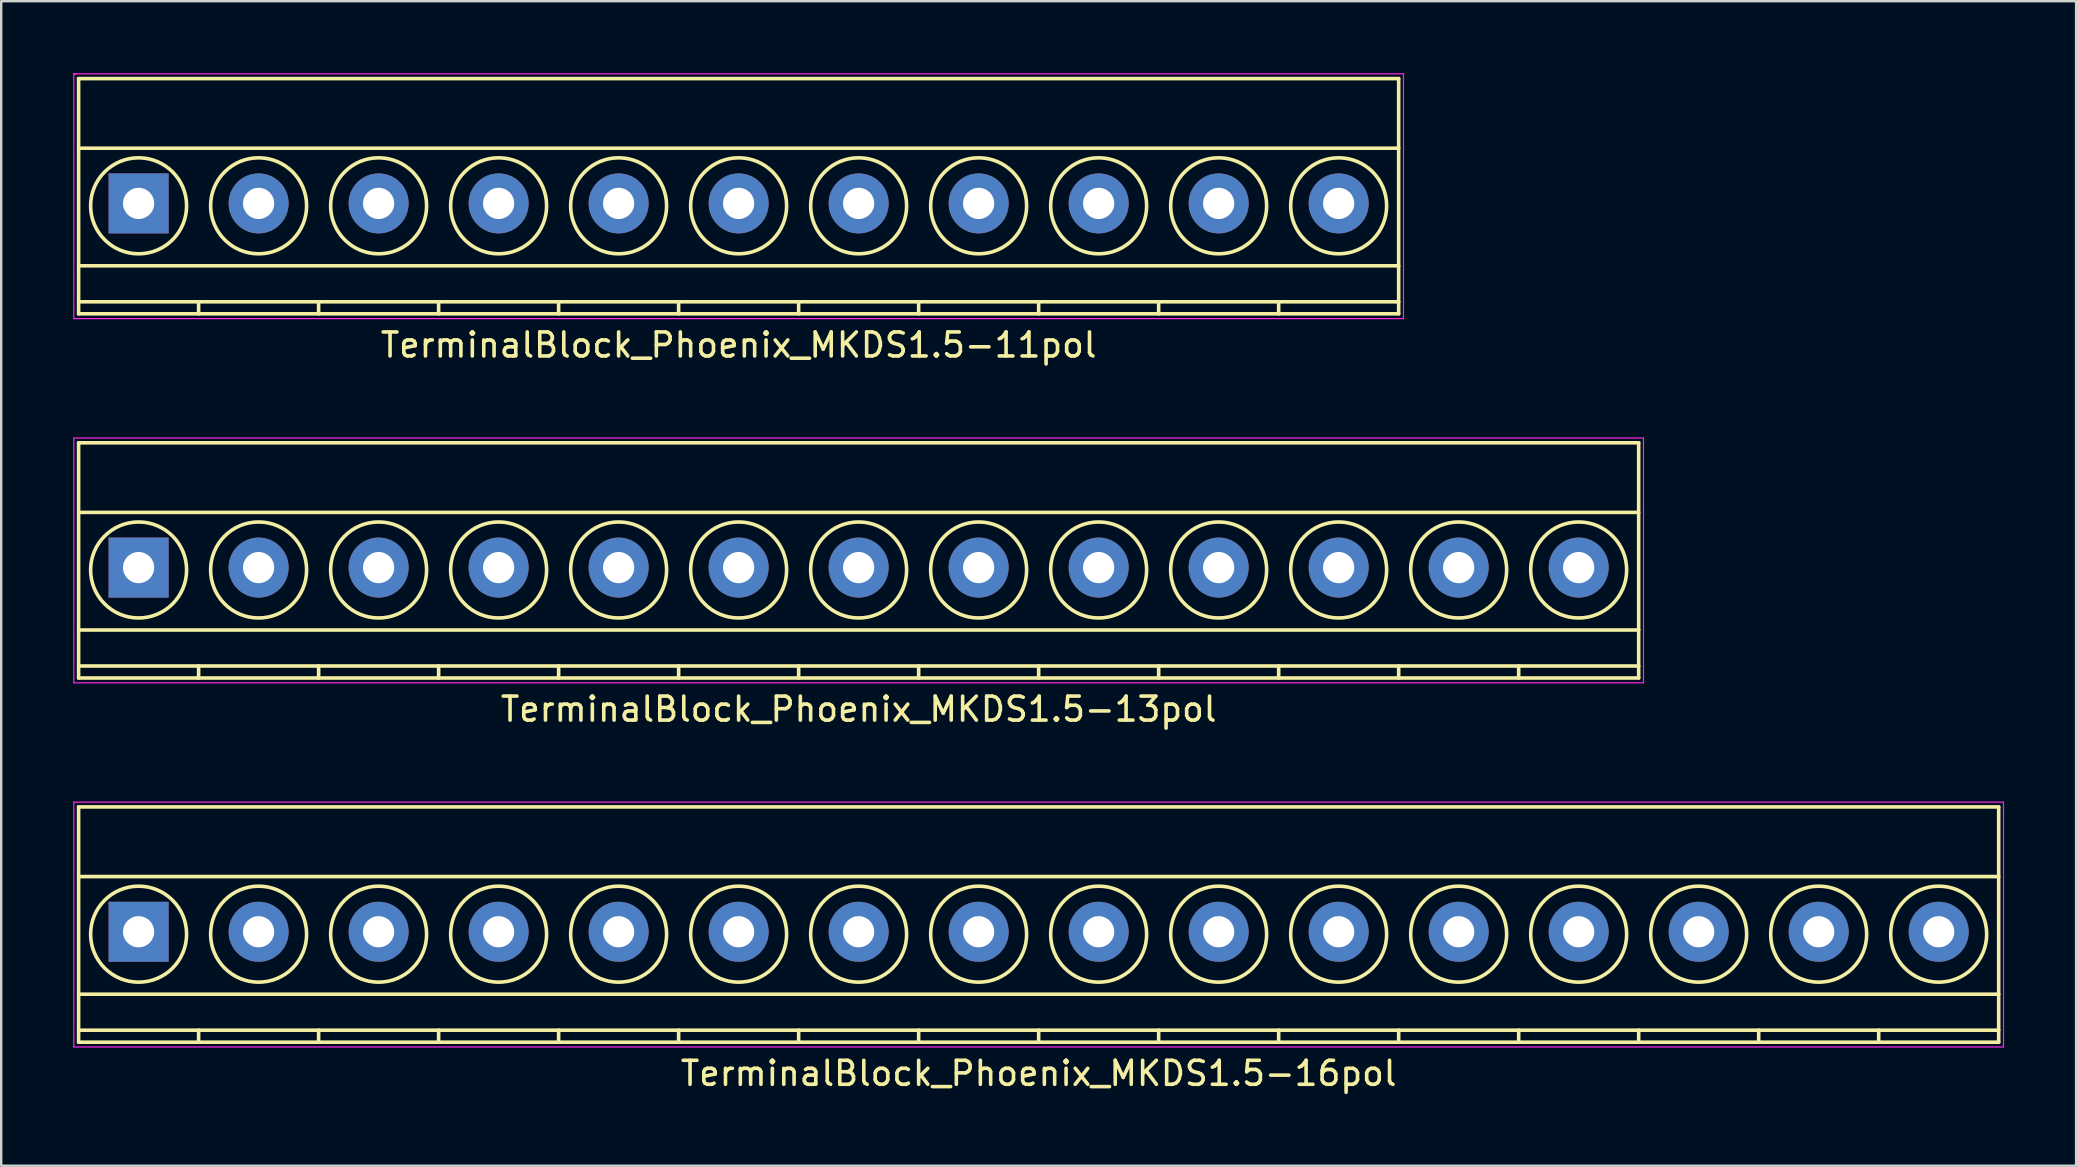
<source format=kicad_pcb>
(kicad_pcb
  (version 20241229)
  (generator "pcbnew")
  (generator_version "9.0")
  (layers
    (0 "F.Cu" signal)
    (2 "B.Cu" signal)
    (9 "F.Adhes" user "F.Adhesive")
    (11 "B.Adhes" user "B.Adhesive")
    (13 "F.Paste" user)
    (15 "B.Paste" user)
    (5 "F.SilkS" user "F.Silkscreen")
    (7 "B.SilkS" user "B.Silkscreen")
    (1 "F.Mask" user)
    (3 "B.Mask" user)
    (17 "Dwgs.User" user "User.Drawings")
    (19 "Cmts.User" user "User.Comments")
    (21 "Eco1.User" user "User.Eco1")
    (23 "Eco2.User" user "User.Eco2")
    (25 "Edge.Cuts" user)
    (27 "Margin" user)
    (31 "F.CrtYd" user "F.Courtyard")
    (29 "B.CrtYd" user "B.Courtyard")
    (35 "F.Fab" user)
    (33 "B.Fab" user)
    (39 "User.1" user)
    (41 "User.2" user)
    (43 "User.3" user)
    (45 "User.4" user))
  (footprint "TerminalBlock_Phoenix_MKDS1.5-13pol"
    (layer "F.Cu")
    (at 2.725 20.598)
    (property "Reference" "TerminalBlock_Phoenix_MKDS1.5-13pol" (at 30 5.9 0) (layer "F.SilkS") (effects (font (size 1 1) (thickness 0.15))))
    (attr through_hole)
    (fp_line (start -2.5 -5.2) (end -2.5 4.6) (stroke (width 0.15) (type solid)) (layer "F.SilkS"))
    (fp_line (start -2.5 -2.3) (end 62.5 -2.3) (stroke (width 0.15) (type solid)) (layer "F.SilkS"))
    (fp_line (start -2.5 2.6) (end 62.5 2.6) (stroke (width 0.15) (type solid)) (layer "F.SilkS"))
    (fp_line (start -2.5 4.1) (end 62.5 4.1) (stroke (width 0.15) (type solid)) (layer "F.SilkS"))
    (fp_line (start -2.5 4.6) (end 62.5 4.6) (stroke (width 0.15) (type solid)) (layer "F.SilkS"))
    (fp_line (start 2.5 4.1) (end 2.5 4.6) (stroke (width 0.15) (type solid)) (layer "F.SilkS"))
    (fp_line (start 7.5 4.1) (end 7.5 4.6) (stroke (width 0.15) (type solid)) (layer "F.SilkS"))
    (fp_line (start 12.5 4.1) (end 12.5 4.6) (stroke (width 0.15) (type solid)) (layer "F.SilkS"))
    (fp_line (start 17.5 4.1) (end 17.5 4.6) (stroke (width 0.15) (type solid)) (layer "F.SilkS"))
    (fp_line (start 22.5 4.1) (end 22.5 4.6) (stroke (width 0.15) (type solid)) (layer "F.SilkS"))
    (fp_line (start 27.5 4.1) (end 27.5 4.6) (stroke (width 0.15) (type solid)) (layer "F.SilkS"))
    (fp_line (start 32.5 4.1) (end 32.5 4.6) (stroke (width 0.15) (type solid)) (layer "F.SilkS"))
    (fp_line (start 37.5 4.1) (end 37.5 4.6) (stroke (width 0.15) (type solid)) (layer "F.SilkS"))
    (fp_line (start 42.5 4.1) (end 42.5 4.6) (stroke (width 0.15) (type solid)) (layer "F.SilkS"))
    (fp_line (start 47.5 4.1) (end 47.5 4.6) (stroke (width 0.15) (type solid)) (layer "F.SilkS"))
    (fp_line (start 52.5 4.1) (end 52.5 4.6) (stroke (width 0.15) (type solid)) (layer "F.SilkS"))
    (fp_line (start 57.5 4.1) (end 57.5 4.6) (stroke (width 0.15) (type solid)) (layer "F.SilkS"))
    (fp_line (start 62.5 -5.2) (end -2.5 -5.2) (stroke (width 0.15) (type solid)) (layer "F.SilkS"))
    (fp_line (start 62.5 4.6) (end 62.5 -5.2) (stroke (width 0.15) (type solid)) (layer "F.SilkS"))
    (fp_circle (center 0 0.1) (end 2 0.1) (stroke (width 0.15) (type solid)) (fill no) (layer "F.SilkS"))
    (fp_circle (center 5 0.1) (end 3 0.1) (stroke (width 0.15) (type solid)) (fill no) (layer "F.SilkS"))
    (fp_circle (center 10 0.1) (end 8 0.1) (stroke (width 0.15) (type solid)) (fill no) (layer "F.SilkS"))
    (fp_circle (center 15 0.1) (end 13 0.1) (stroke (width 0.15) (type solid)) (fill no) (layer "F.SilkS"))
    (fp_circle (center 20 0.1) (end 18 0.1) (stroke (width 0.15) (type solid)) (fill no) (layer "F.SilkS"))
    (fp_circle (center 25 0.1) (end 23 0.1) (stroke (width 0.15) (type solid)) (fill no) (layer "F.SilkS"))
    (fp_circle (center 30 0.1) (end 28 0.1) (stroke (width 0.15) (type solid)) (fill no) (layer "F.SilkS"))
    (fp_circle (center 35 0.1) (end 33 0.1) (stroke (width 0.15) (type solid)) (fill no) (layer "F.SilkS"))
    (fp_circle (center 40 0.1) (end 38 0.1) (stroke (width 0.15) (type solid)) (fill no) (layer "F.SilkS"))
    (fp_circle (center 45 0.1) (end 43 0.1) (stroke (width 0.15) (type solid)) (fill no) (layer "F.SilkS"))
    (fp_circle (center 50 0.1) (end 48 0.1) (stroke (width 0.15) (type solid)) (fill no) (layer "F.SilkS"))
    (fp_circle (center 55 0.1) (end 53 0.1) (stroke (width 0.15) (type solid)) (fill no) (layer "F.SilkS"))
    (fp_circle (center 60 0.1) (end 58 0.1) (stroke (width 0.15) (type solid)) (fill no) (layer "F.SilkS"))
    (fp_line (start -2.7 -5.4) (end 62.7 -5.4) (stroke (width 0.05) (type solid)) (layer "F.CrtYd"))
    (fp_line (start -2.7 4.8) (end -2.7 -5.4) (stroke (width 0.05) (type solid)) (layer "F.CrtYd"))
    (fp_line (start 62.7 -5.4) (end 62.7 4.8) (stroke (width 0.05) (type solid)) (layer "F.CrtYd"))
    (fp_line (start 62.7 4.8) (end -2.7 4.8) (stroke (width 0.05) (type solid)) (layer "F.CrtYd"))
    (pad "1" thru_hole rect (at 0 0) (size 2.5 2.5) (drill 1.3) (layers "*.Cu" "*.Mask"))
    (pad "2" thru_hole circle (at 5 0) (size 2.5 2.5) (drill 1.3) (layers "*.Cu" "*.Mask"))
    (pad "3" thru_hole circle (at 10 0) (size 2.5 2.5) (drill 1.3) (layers "*.Cu" "*.Mask"))
    (pad "4" thru_hole circle (at 15 0) (size 2.5 2.5) (drill 1.3) (layers "*.Cu" "*.Mask"))
    (pad "5" thru_hole circle (at 20 0) (size 2.5 2.5) (drill 1.3) (layers "*.Cu" "*.Mask"))
    (pad "6" thru_hole circle (at 25 0) (size 2.5 2.5) (drill 1.3) (layers "*.Cu" "*.Mask"))
    (pad "7" thru_hole circle (at 30 0) (size 2.5 2.5) (drill 1.3) (layers "*.Cu" "*.Mask"))
    (pad "8" thru_hole circle (at 35 0) (size 2.5 2.5) (drill 1.3) (layers "*.Cu" "*.Mask"))
    (pad "9" thru_hole circle (at 40 0) (size 2.5 2.5) (drill 1.3) (layers "*.Cu" "*.Mask"))
    (pad "10" thru_hole circle (at 45 0) (size 2.5 2.5) (drill 1.3) (layers "*.Cu" "*.Mask"))
    (pad "11" thru_hole circle (at 50 0) (size 2.5 2.5) (drill 1.3) (layers "*.Cu" "*.Mask"))
    (pad "12" thru_hole circle (at 55 0) (size 2.5 2.5) (drill 1.3) (layers "*.Cu" "*.Mask"))
    (pad "13" thru_hole circle (at 60 0) (size 2.5 2.5) (drill 1.3) (layers "*.Cu" "*.Mask")))
  (footprint "TerminalBlock_Phoenix_MKDS1.5-16pol"
    (layer "F.Cu")
    (at 2.725 35.772)
    (property "Reference" "TerminalBlock_Phoenix_MKDS1.5-16pol" (at 37.5 5.9 0) (layer "F.SilkS") (effects (font (size 1 1) (thickness 0.15))))
    (attr through_hole)
    (fp_line (start -2.5 -5.2) (end -2.5 4.6) (stroke (width 0.15) (type solid)) (layer "F.SilkS"))
    (fp_line (start -2.5 -2.3) (end 77.5 -2.3) (stroke (width 0.15) (type solid)) (layer "F.SilkS"))
    (fp_line (start -2.5 2.6) (end 77.5 2.6) (stroke (width 0.15) (type solid)) (layer "F.SilkS"))
    (fp_line (start -2.5 4.1) (end 77.5 4.1) (stroke (width 0.15) (type solid)) (layer "F.SilkS"))
    (fp_line (start -2.5 4.6) (end 77.5 4.6) (stroke (width 0.15) (type solid)) (layer "F.SilkS"))
    (fp_line (start 2.5 4.1) (end 2.5 4.6) (stroke (width 0.15) (type solid)) (layer "F.SilkS"))
    (fp_line (start 7.5 4.1) (end 7.5 4.6) (stroke (width 0.15) (type solid)) (layer "F.SilkS"))
    (fp_line (start 12.5 4.1) (end 12.5 4.6) (stroke (width 0.15) (type solid)) (layer "F.SilkS"))
    (fp_line (start 17.5 4.1) (end 17.5 4.6) (stroke (width 0.15) (type solid)) (layer "F.SilkS"))
    (fp_line (start 22.5 4.1) (end 22.5 4.6) (stroke (width 0.15) (type solid)) (layer "F.SilkS"))
    (fp_line (start 27.5 4.1) (end 27.5 4.6) (stroke (width 0.15) (type solid)) (layer "F.SilkS"))
    (fp_line (start 32.5 4.1) (end 32.5 4.6) (stroke (width 0.15) (type solid)) (layer "F.SilkS"))
    (fp_line (start 37.5 4.1) (end 37.5 4.6) (stroke (width 0.15) (type solid)) (layer "F.SilkS"))
    (fp_line (start 42.5 4.1) (end 42.5 4.6) (stroke (width 0.15) (type solid)) (layer "F.SilkS"))
    (fp_line (start 47.5 4.1) (end 47.5 4.6) (stroke (width 0.15) (type solid)) (layer "F.SilkS"))
    (fp_line (start 52.5 4.1) (end 52.5 4.6) (stroke (width 0.15) (type solid)) (layer "F.SilkS"))
    (fp_line (start 57.5 4.1) (end 57.5 4.6) (stroke (width 0.15) (type solid)) (layer "F.SilkS"))
    (fp_line (start 62.5 4.1) (end 62.5 4.6) (stroke (width 0.15) (type solid)) (layer "F.SilkS"))
    (fp_line (start 67.5 4.1) (end 67.5 4.6) (stroke (width 0.15) (type solid)) (layer "F.SilkS"))
    (fp_line (start 72.5 4.1) (end 72.5 4.6) (stroke (width 0.15) (type solid)) (layer "F.SilkS"))
    (fp_line (start 77.5 -5.2) (end -2.5 -5.2) (stroke (width 0.15) (type solid)) (layer "F.SilkS"))
    (fp_line (start 77.5 4.6) (end 77.5 -5.2) (stroke (width 0.15) (type solid)) (layer "F.SilkS"))
    (fp_circle (center 0 0.1) (end 2 0.1) (stroke (width 0.15) (type solid)) (fill no) (layer "F.SilkS"))
    (fp_circle (center 5 0.1) (end 3 0.1) (stroke (width 0.15) (type solid)) (fill no) (layer "F.SilkS"))
    (fp_circle (center 10 0.1) (end 8 0.1) (stroke (width 0.15) (type solid)) (fill no) (layer "F.SilkS"))
    (fp_circle (center 15 0.1) (end 13 0.1) (stroke (width 0.15) (type solid)) (fill no) (layer "F.SilkS"))
    (fp_circle (center 20 0.1) (end 18 0.1) (stroke (width 0.15) (type solid)) (fill no) (layer "F.SilkS"))
    (fp_circle (center 25 0.1) (end 23 0.1) (stroke (width 0.15) (type solid)) (fill no) (layer "F.SilkS"))
    (fp_circle (center 30 0.1) (end 28 0.1) (stroke (width 0.15) (type solid)) (fill no) (layer "F.SilkS"))
    (fp_circle (center 35 0.1) (end 33 0.1) (stroke (width 0.15) (type solid)) (fill no) (layer "F.SilkS"))
    (fp_circle (center 40 0.1) (end 38 0.1) (stroke (width 0.15) (type solid)) (fill no) (layer "F.SilkS"))
    (fp_circle (center 45 0.1) (end 43 0.1) (stroke (width 0.15) (type solid)) (fill no) (layer "F.SilkS"))
    (fp_circle (center 50 0.1) (end 48 0.1) (stroke (width 0.15) (type solid)) (fill no) (layer "F.SilkS"))
    (fp_circle (center 55 0.1) (end 53 0.1) (stroke (width 0.15) (type solid)) (fill no) (layer "F.SilkS"))
    (fp_circle (center 60 0.1) (end 58 0.1) (stroke (width 0.15) (type solid)) (fill no) (layer "F.SilkS"))
    (fp_circle (center 65 0.1) (end 63 0.1) (stroke (width 0.15) (type solid)) (fill no) (layer "F.SilkS"))
    (fp_circle (center 70 0.1) (end 68 0.1) (stroke (width 0.15) (type solid)) (fill no) (layer "F.SilkS"))
    (fp_circle (center 75 0.1) (end 73 0.1) (stroke (width 0.15) (type solid)) (fill no) (layer "F.SilkS"))
    (fp_line (start -2.7 -5.4) (end -2.7 4.8) (stroke (width 0.05) (type solid)) (layer "F.CrtYd"))
    (fp_line (start -2.7 4.8) (end 77.7 4.8) (stroke (width 0.05) (type solid)) (layer "F.CrtYd"))
    (fp_line (start 77.7 -5.4) (end -2.7 -5.4) (stroke (width 0.05) (type solid)) (layer "F.CrtYd"))
    (fp_line (start 77.7 4.8) (end 77.7 -5.4) (stroke (width 0.05) (type solid)) (layer "F.CrtYd"))
    (pad "1" thru_hole rect (at 0 0) (size 2.5 2.5) (drill 1.3) (layers "*.Cu" "*.Mask"))
    (pad "2" thru_hole circle (at 5 0) (size 2.5 2.5) (drill 1.3) (layers "*.Cu" "*.Mask"))
    (pad "3" thru_hole circle (at 10 0) (size 2.5 2.5) (drill 1.3) (layers "*.Cu" "*.Mask"))
    (pad "4" thru_hole circle (at 15 0) (size 2.5 2.5) (drill 1.3) (layers "*.Cu" "*.Mask"))
    (pad "5" thru_hole circle (at 20 0) (size 2.5 2.5) (drill 1.3) (layers "*.Cu" "*.Mask"))
    (pad "6" thru_hole circle (at 25 0) (size 2.5 2.5) (drill 1.3) (layers "*.Cu" "*.Mask"))
    (pad "7" thru_hole circle (at 30 0) (size 2.5 2.5) (drill 1.3) (layers "*.Cu" "*.Mask"))
    (pad "8" thru_hole circle (at 35 0) (size 2.5 2.5) (drill 1.3) (layers "*.Cu" "*.Mask"))
    (pad "9" thru_hole circle (at 40 0) (size 2.5 2.5) (drill 1.3) (layers "*.Cu" "*.Mask"))
    (pad "10" thru_hole circle (at 45 0) (size 2.5 2.5) (drill 1.3) (layers "*.Cu" "*.Mask"))
    (pad "11" thru_hole circle (at 50 0) (size 2.5 2.5) (drill 1.3) (layers "*.Cu" "*.Mask"))
    (pad "12" thru_hole circle (at 55 0) (size 2.5 2.5) (drill 1.3) (layers "*.Cu" "*.Mask"))
    (pad "13" thru_hole circle (at 60 0) (size 2.5 2.5) (drill 1.3) (layers "*.Cu" "*.Mask"))
    (pad "14" thru_hole circle (at 65 0) (size 2.5 2.5) (drill 1.3) (layers "*.Cu" "*.Mask"))
    (pad "15" thru_hole circle (at 70 0) (size 2.5 2.5) (drill 1.3) (layers "*.Cu" "*.Mask"))
    (pad "16" thru_hole circle (at 75 0) (size 2.5 2.5) (drill 1.3) (layers "*.Cu" "*.Mask")))
  (footprint "TerminalBlock_Phoenix_MKDS1.5-11pol"
    (layer "F.Cu")
    (at 2.725 5.425)
    (property "Reference" "TerminalBlock_Phoenix_MKDS1.5-11pol" (at 25 5.9 0) (layer "F.SilkS") (effects (font (size 1 1) (thickness 0.15))))
    (attr through_hole)
    (fp_line (start -2.5 -5.2) (end -2.5 4.6) (stroke (width 0.15) (type solid)) (layer "F.SilkS"))
    (fp_line (start -2.5 -2.3) (end 52.5 -2.3) (stroke (width 0.15) (type solid)) (layer "F.SilkS"))
    (fp_line (start -2.5 2.6) (end 52.5 2.6) (stroke (width 0.15) (type solid)) (layer "F.SilkS"))
    (fp_line (start -2.5 4.1) (end 52.5 4.1) (stroke (width 0.15) (type solid)) (layer "F.SilkS"))
    (fp_line (start -2.5 4.6) (end 52.5 4.6) (stroke (width 0.15) (type solid)) (layer "F.SilkS"))
    (fp_line (start 2.5 4.1) (end 2.5 4.6) (stroke (width 0.15) (type solid)) (layer "F.SilkS"))
    (fp_line (start 7.5 4.1) (end 7.5 4.6) (stroke (width 0.15) (type solid)) (layer "F.SilkS"))
    (fp_line (start 12.5 4.1) (end 12.5 4.6) (stroke (width 0.15) (type solid)) (layer "F.SilkS"))
    (fp_line (start 17.5 4.1) (end 17.5 4.6) (stroke (width 0.15) (type solid)) (layer "F.SilkS"))
    (fp_line (start 22.5 4.1) (end 22.5 4.6) (stroke (width 0.15) (type solid)) (layer "F.SilkS"))
    (fp_line (start 27.5 4.1) (end 27.5 4.6) (stroke (width 0.15) (type solid)) (layer "F.SilkS"))
    (fp_line (start 32.5 4.1) (end 32.5 4.6) (stroke (width 0.15) (type solid)) (layer "F.SilkS"))
    (fp_line (start 37.5 4.1) (end 37.5 4.6) (stroke (width 0.15) (type solid)) (layer "F.SilkS"))
    (fp_line (start 42.5 4.1) (end 42.5 4.6) (stroke (width 0.15) (type solid)) (layer "F.SilkS"))
    (fp_line (start 47.5 4.1) (end 47.5 4.6) (stroke (width 0.15) (type solid)) (layer "F.SilkS"))
    (fp_line (start 52.5 -5.2) (end -2.5 -5.2) (stroke (width 0.15) (type solid)) (layer "F.SilkS"))
    (fp_line (start 52.5 4.6) (end 52.5 -5.2) (stroke (width 0.15) (type solid)) (layer "F.SilkS"))
    (fp_circle (center 0 0.1) (end 2 0.1) (stroke (width 0.15) (type solid)) (fill no) (layer "F.SilkS"))
    (fp_circle (center 5 0.1) (end 3 0.1) (stroke (width 0.15) (type solid)) (fill no) (layer "F.SilkS"))
    (fp_circle (center 10 0.1) (end 8 0.1) (stroke (width 0.15) (type solid)) (fill no) (layer "F.SilkS"))
    (fp_circle (center 15 0.1) (end 13 0.1) (stroke (width 0.15) (type solid)) (fill no) (layer "F.SilkS"))
    (fp_circle (center 20 0.1) (end 18 0.1) (stroke (width 0.15) (type solid)) (fill no) (layer "F.SilkS"))
    (fp_circle (center 25 0.1) (end 23 0.1) (stroke (width 0.15) (type solid)) (fill no) (layer "F.SilkS"))
    (fp_circle (center 30 0.1) (end 28 0.1) (stroke (width 0.15) (type solid)) (fill no) (layer "F.SilkS"))
    (fp_circle (center 35 0.1) (end 33 0.1) (stroke (width 0.15) (type solid)) (fill no) (layer "F.SilkS"))
    (fp_circle (center 40 0.1) (end 38 0.1) (stroke (width 0.15) (type solid)) (fill no) (layer "F.SilkS"))
    (fp_circle (center 45 0.1) (end 43 0.1) (stroke (width 0.15) (type solid)) (fill no) (layer "F.SilkS"))
    (fp_circle (center 50 0.1) (end 48 0.1) (stroke (width 0.15) (type solid)) (fill no) (layer "F.SilkS"))
    (fp_line (start -2.7 -5.4) (end -2.7 4.8) (stroke (width 0.05) (type solid)) (layer "F.CrtYd"))
    (fp_line (start -2.7 -5.4) (end -2.6 -5.4) (stroke (width 0.05) (type solid)) (layer "F.CrtYd"))
    (fp_line (start -2.7 4.8) (end 52.7 4.8) (stroke (width 0.05) (type solid)) (layer "F.CrtYd"))
    (fp_line (start -2.6 -5.4) (end -2.7 -5.4) (stroke (width 0.05) (type solid)) (layer "F.CrtYd"))
    (fp_line (start 52.7 -5.4) (end -2.6 -5.4) (stroke (width 0.05) (type solid)) (layer "F.CrtYd"))
    (fp_line (start 52.7 4.8) (end 52.7 -5.4) (stroke (width 0.05) (type solid)) (layer "F.CrtYd"))
    (pad "1" thru_hole rect (at 0 0) (size 2.5 2.5) (drill 1.3) (layers "*.Cu" "*.Mask"))
    (pad "2" thru_hole circle (at 5 0) (size 2.5 2.5) (drill 1.3) (layers "*.Cu" "*.Mask"))
    (pad "3" thru_hole circle (at 10 0) (size 2.5 2.5) (drill 1.3) (layers "*.Cu" "*.Mask"))
    (pad "4" thru_hole circle (at 15 0) (size 2.5 2.5) (drill 1.3) (layers "*.Cu" "*.Mask"))
    (pad "5" thru_hole circle (at 20 0) (size 2.5 2.5) (drill 1.3) (layers "*.Cu" "*.Mask"))
    (pad "6" thru_hole circle (at 25 0) (size 2.5 2.5) (drill 1.3) (layers "*.Cu" "*.Mask"))
    (pad "7" thru_hole circle (at 30 0) (size 2.5 2.5) (drill 1.3) (layers "*.Cu" "*.Mask"))
    (pad "8" thru_hole circle (at 35 0) (size 2.5 2.5) (drill 1.3) (layers "*.Cu" "*.Mask"))
    (pad "9" thru_hole circle (at 40 0) (size 2.5 2.5) (drill 1.3) (layers "*.Cu" "*.Mask"))
    (pad "10" thru_hole circle (at 45 0) (size 2.5 2.5) (drill 1.3) (layers "*.Cu" "*.Mask"))
    (pad "11" thru_hole circle (at 50 0) (size 2.5 2.5) (drill 1.3) (layers "*.Cu" "*.Mask")))
  (gr_rect
    (start -3 -3)
    (end 83.45 45.52)
    (stroke (width 0.1) (type default))
    (fill no)
    (layer "Edge.Cuts")))
</source>
